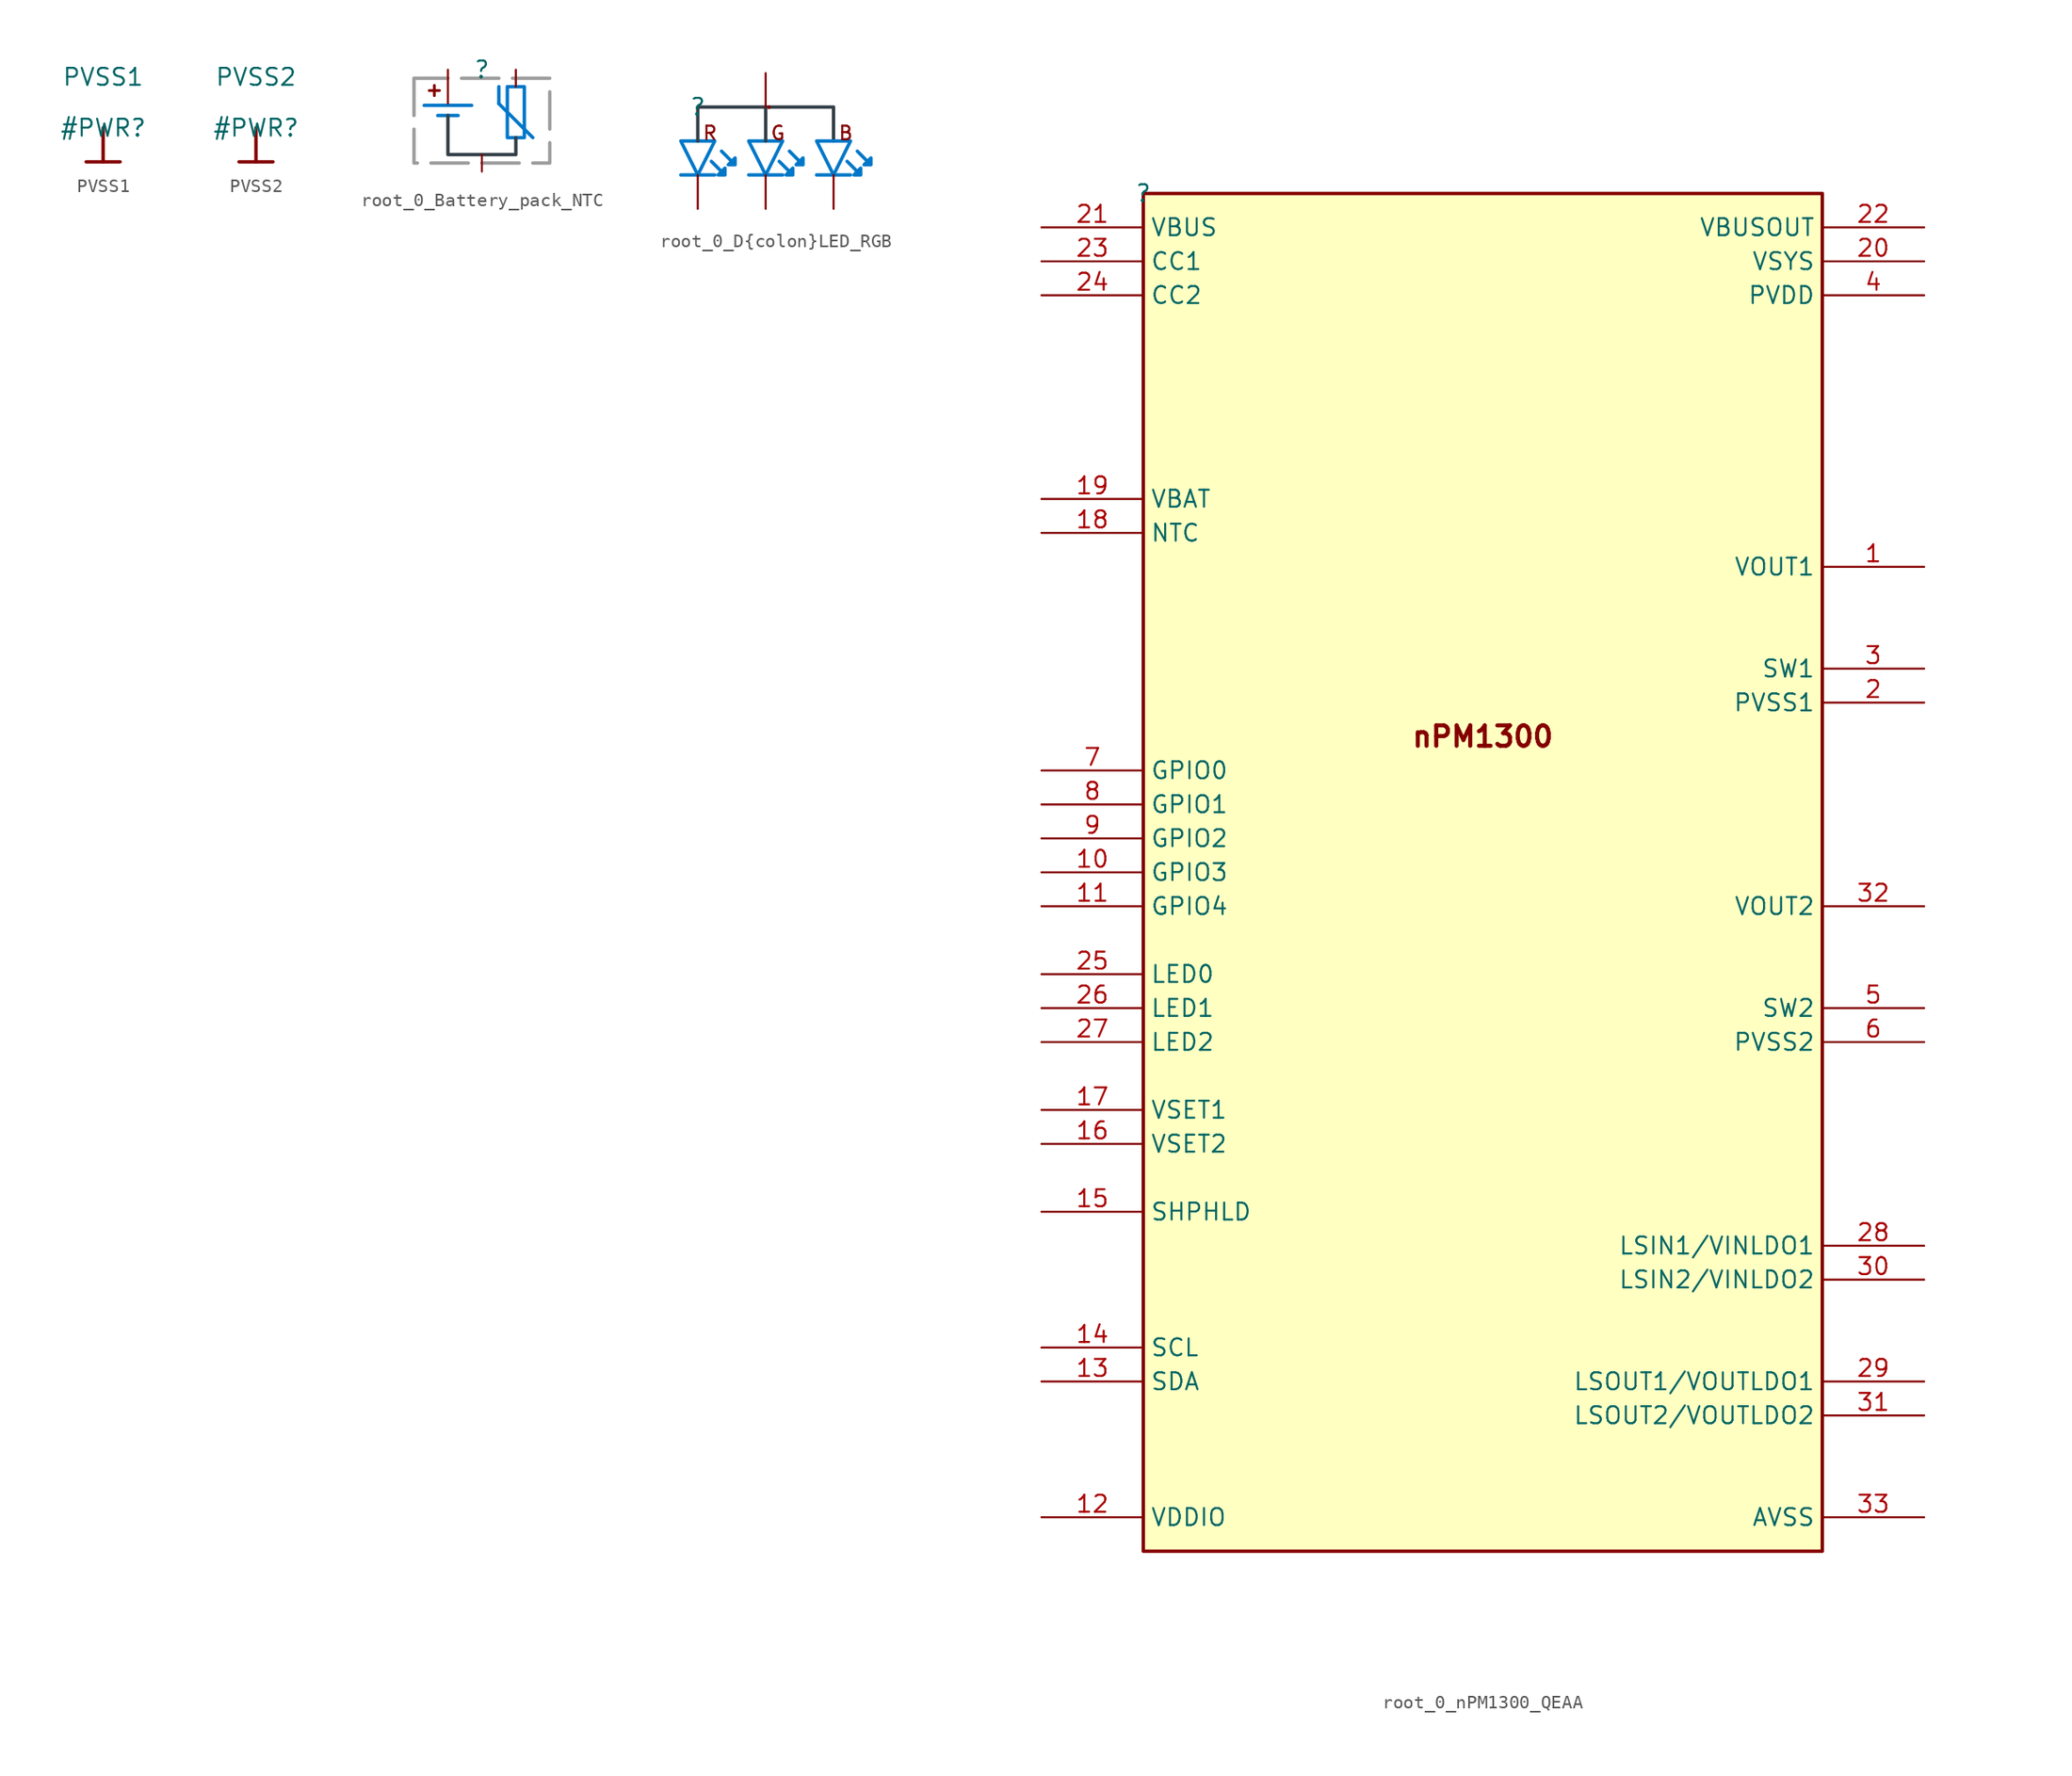
<source format=kicad_sym>
(kicad_symbol_lib
  (version 20220914)
  (generator kicad_symbol_editor)
  (symbol "PVSS1"
    (power)
    (property "Reference" "#PWR"
      (at 0 0 0)
      (effects (font (size 1.27 1.27))))
    (property "Value" "PVSS1"
      (at 0 3.81 0)
      (effects (font (size 1.27 1.27))))
    (symbol "PVSS1_0_0"
      (polyline (pts (xy -1.27 -2.54) (xy 1.27 -2.54)) (stroke (width 0.254) (type solid)) (fill (type none)))
      (polyline (pts (xy 0 0) (xy 0 -2.54)) (stroke (width 0.254) (type solid)) (fill (type none)))
      (pin power_in line (at 0 0 0) (length 0) hide (name "PVSS1" (effects (font (size 1.27 1.27)))) (number "" (effects (font (size 1.27 1.27)))))))
  (symbol "PVSS2"
    (power)
    (property "Reference" "#PWR"
      (at 0 0 0)
      (effects (font (size 1.27 1.27))))
    (property "Value" "PVSS2"
      (at 0 3.81 0)
      (effects (font (size 1.27 1.27))))
    (symbol "PVSS2_0_0"
      (polyline (pts (xy -1.27 -2.54) (xy 1.27 -2.54)) (stroke (width 0.254) (type solid)) (fill (type none)))
      (polyline (pts (xy 0 0) (xy 0 -2.54)) (stroke (width 0.254) (type solid)) (fill (type none)))
      (pin power_in line (at 0 0 0) (length 0) hide (name "PVSS2" (effects (font (size 1.27 1.27)))) (number "" (effects (font (size 1.27 1.27)))))))
  (symbol "root_0_Battery_pack_NTC"
    (property "Reference" ""
      (at 0 0 0)
      (effects (font (size 1.27 1.27))))
    (property "Value" ""
      (at 0 0 0)
      (effects (font (size 1.27 1.27))))
    (symbol "root_0_Battery_pack_NTC_1_0"
      (polyline (pts (xy -4.318 -2.667) (xy -0.762 -2.667)) (stroke (width 0.254) (type solid) (color 0 119 200 1)) (fill (type none)))
      (polyline (pts (xy -3.302 -3.429) (xy -1.778 -3.429)) (stroke (width 0.254) (type solid) (color 0 119 200 1)) (fill (type none)))
      (polyline (pts (xy 1.27 -2.54) (xy 3.81 -5.08)) (stroke (width 0.254) (type solid) (color 0 119 200 1)) (fill (type none)))
      (polyline (pts (xy 1.27 -1.27) (xy 1.27 -2.54)) (stroke (width 0.254) (type solid) (color 0 119 200 1)) (fill (type none)))
      (polyline (pts (xy 2.54 -5.08) (xy 2.54 -6.35) (xy -2.54 -6.35) (xy -2.54 -3.429)) (stroke (width 0.254) (type solid) (color 51 63 72 1)) (fill (type none)))
      (polyline (pts (xy -5.08 -0.635) (xy -5.08 -6.985) (xy 5.08 -6.985) (xy 5.08 -0.635) (xy -5.08 -0.635)) (stroke (width 0.254) (type dash) (color 156 156 156 1)) (fill (type none)))
      (polyline (pts (xy 1.905 -5.08) (xy 1.905 -1.27) (xy 3.175 -1.27) (xy 3.175 -5.08) (xy 1.905 -5.08)) (stroke (width 0.254) (type solid) (color 0 119 200 1)) (fill (type none)))
      (text "+" (at -2.794 -0.889 0) (effects (font (size 1.016 1.016) bold) (justify right top)))
      (pin passive line (at 0 -7.62 90) (length 1.27) (name "GND" (effects (font (size 0 0)))) (number "1" (effects (font (size 0 0)))))
      (pin passive line (at 2.54 0 270) (length 1.27) (name "NTC" (effects (font (size 0 0)))) (number "2" (effects (font (size 0 0)))))
      (pin passive line (at -2.54 0 270) (length 2.54) (name "V+" (effects (font (size 0 0)))) (number "3" (effects (font (size 0 0)))))))
  (symbol "root_0_D{colon}LED_RGB"
    (property "Reference" ""
      (at 0 0 0)
      (effects (font (size 1.27 1.27))))
    (property "Value" ""
      (at 0 0 0)
      (effects (font (size 1.27 1.27))))
    (symbol "root_0_D{colon}LED_RGB_1_0"
      (polyline (pts (xy -1.27 -5.08) (xy 0 -5.08)) (stroke (width 0.254) (type solid) (color 0 119 200 1)) (fill (type none)))
      (polyline (pts (xy 0 -5.08) (xy 1.27 -5.08)) (stroke (width 0.254) (type solid) (color 0 119 200 1)) (fill (type none)))
      (polyline (pts (xy 3.81 -5.08) (xy 5.08 -5.08)) (stroke (width 0.254) (type solid) (color 0 119 200 1)) (fill (type none)))
      (polyline (pts (xy 5.08 -5.08) (xy 6.35 -5.08)) (stroke (width 0.254) (type solid) (color 0 119 200 1)) (fill (type none)))
      (polyline (pts (xy 5.08 -2.54) (xy 5.08 0)) (stroke (width 0.254) (type solid) (color 51 63 72 1)) (fill (type none)))
      (polyline (pts (xy 8.89 -5.08) (xy 10.16 -5.08)) (stroke (width 0.254) (type solid) (color 0 119 200 1)) (fill (type none)))
      (polyline (pts (xy 10.16 -5.08) (xy 11.43 -5.08)) (stroke (width 0.254) (type solid) (color 0 119 200 1)) (fill (type none)))
      (polyline (pts (xy -1.27 -2.54) (xy 0 -5.08) (xy 1.27 -2.54) (xy -1.27 -2.54)) (stroke (width 0.254) (type solid) (color 0 119 200 1)) (fill (type none)))
      (polyline (pts (xy 0 -2.54) (xy 0 0) (xy 10.16 0) (xy 10.16 -2.54)) (stroke (width 0.254) (type solid) (color 51 63 72 1)) (fill (type none)))
      (polyline (pts (xy 3.81 -2.54) (xy 5.08 -5.08) (xy 6.35 -2.54) (xy 3.81 -2.54)) (stroke (width 0.254) (type solid) (color 0 119 200 1)) (fill (type none)))
      (polyline (pts (xy 8.89 -2.54) (xy 10.16 -5.08) (xy 11.43 -2.54) (xy 8.89 -2.54)) (stroke (width 0.254) (type solid) (color 0 119 200 1)) (fill (type none)))
      (polyline (pts (xy 1.016 -4.064) (xy 2.032 -5.08) (xy 2.032 -4.572) (xy 1.524 -5.08) (xy 2.032 -5.08)) (stroke (width 0.254) (type solid) (color 0 119 200 1)) (fill (type none)))
      (polyline (pts (xy 1.778 -3.302) (xy 2.794 -4.318) (xy 2.794 -3.81) (xy 2.286 -4.318) (xy 2.794 -4.318)) (stroke (width 0.254) (type solid) (color 0 119 200 1)) (fill (type none)))
      (polyline (pts (xy 6.096 -4.064) (xy 7.112 -5.08) (xy 7.112 -4.572) (xy 6.604 -5.08) (xy 7.112 -5.08)) (stroke (width 0.254) (type solid) (color 0 119 200 1)) (fill (type none)))
      (polyline (pts (xy 6.858 -3.302) (xy 7.874 -4.318) (xy 7.874 -3.81) (xy 7.366 -4.318) (xy 7.874 -4.318)) (stroke (width 0.254) (type solid) (color 0 119 200 1)) (fill (type none)))
      (polyline (pts (xy 11.176 -4.064) (xy 12.192 -5.08) (xy 12.192 -4.572) (xy 11.684 -5.08) (xy 12.192 -5.08)) (stroke (width 0.254) (type solid) (color 0 119 200 1)) (fill (type none)))
      (polyline (pts (xy 11.938 -3.302) (xy 12.954 -4.318) (xy 12.954 -3.81) (xy 12.446 -4.318) (xy 12.954 -4.318)) (stroke (width 0.254) (type solid) (color 0 119 200 1)) (fill (type none)))
      (arc (start 5.334 0) (mid 4.8262 0.0099) (end 5.3332 -0.0198) (stroke (width 0.254) (type solid)) (fill (type none)))
      (text "B" (at 11.684 -2.54 0) (effects (font (size 1.016 1.016)) (justify right bottom)))
      (text "G" (at 6.604 -2.54 0) (effects (font (size 1.016 1.016)) (justify right bottom)))
      (text "R" (at 1.524 -2.54 0) (effects (font (size 1.016 1.016)) (justify right bottom)))
      (pin passive line (at 0 -7.62 90) (length 2.54) (name "C_RED" (effects (font (size 0 0)))) (number "1" (effects (font (size 0 0)))))
      (pin passive line (at 5.08 -7.62 90) (length 2.54) (name "C_GREEN" (effects (font (size 0 0)))) (number "2" (effects (font (size 0 0)))))
      (pin passive line (at 10.16 -7.62 90) (length 2.54) (name "C_BLUE" (effects (font (size 0 0)))) (number "3" (effects (font (size 0 0)))))
      (pin passive line (at 5.08 2.54 270) (length 2.54) (name "A" (effects (font (size 0 0)))) (number "4" (effects (font (size 0 0)))))))
  (symbol "root_0_nPM1300_QEAA"
    (property "Reference" ""
      (at 0 0 0)
      (effects (font (size 1.27 1.27))))
    (property "Value" ""
      (at 0 0 0)
      (effects (font (size 1.27 1.27))))
    (symbol "root_0_nPM1300_QEAA_1_0"
      (rectangle (start 50.8 0) (end 0 -101.6) (stroke (width 0.254) (type solid)) (fill (type background)))
      (text "nPM1300" (at 25.4 -40.64 0) (effects (font (size 1.524 1.524) bold)))
      (pin power_in line (at 58.42 -27.94 180) (length 7.62) (name "VOUT1" (effects (font (size 1.27 1.27)))) (number "1" (effects (font (size 1.27 1.27)))))
      (pin bidirectional line (at -7.62 -50.8 0) (length 7.62) (name "GPIO3" (effects (font (size 1.27 1.27)))) (number "10" (effects (font (size 1.27 1.27)))))
      (pin bidirectional line (at -7.62 -53.34 0) (length 7.62) (name "GPIO4" (effects (font (size 1.27 1.27)))) (number "11" (effects (font (size 1.27 1.27)))))
      (pin power_in line (at -7.62 -99.06 0) (length 7.62) (name "VDDIO" (effects (font (size 1.27 1.27)))) (number "12" (effects (font (size 1.27 1.27)))))
      (pin open_collector line (at -7.62 -88.9 0) (length 7.62) (name "SDA" (effects (font (size 1.27 1.27)))) (number "13" (effects (font (size 1.27 1.27)))))
      (pin input line (at -7.62 -86.36 0) (length 7.62) (name "SCL" (effects (font (size 1.27 1.27)))) (number "14" (effects (font (size 1.27 1.27)))))
      (pin input line (at -7.62 -76.2 0) (length 7.62) (name "SHPHLD" (effects (font (size 1.27 1.27)))) (number "15" (effects (font (size 1.27 1.27)))))
      (pin input line (at -7.62 -71.12 0) (length 7.62) (name "VSET2" (effects (font (size 1.27 1.27)))) (number "16" (effects (font (size 1.27 1.27)))))
      (pin input line (at -7.62 -68.58 0) (length 7.62) (name "VSET1" (effects (font (size 1.27 1.27)))) (number "17" (effects (font (size 1.27 1.27)))))
      (pin input line (at -7.62 -25.4 0) (length 7.62) (name "NTC" (effects (font (size 1.27 1.27)))) (number "18" (effects (font (size 1.27 1.27)))))
      (pin passive line (at -7.62 -22.86 0) (length 7.62) (name "VBAT" (effects (font (size 1.27 1.27)))) (number "19" (effects (font (size 1.27 1.27)))))
      (pin power_in line (at 58.42 -38.1 180) (length 7.62) (name "PVSS1" (effects (font (size 1.27 1.27)))) (number "2" (effects (font (size 1.27 1.27)))))
      (pin power_in line (at 58.42 -5.08 180) (length 7.62) (name "VSYS" (effects (font (size 1.27 1.27)))) (number "20" (effects (font (size 1.27 1.27)))))
      (pin power_in line (at -7.62 -2.54 0) (length 7.62) (name "VBUS" (effects (font (size 1.27 1.27)))) (number "21" (effects (font (size 1.27 1.27)))))
      (pin power_in line (at 58.42 -2.54 180) (length 7.62) (name "VBUSOUT" (effects (font (size 1.27 1.27)))) (number "22" (effects (font (size 1.27 1.27)))))
      (pin bidirectional line (at -7.62 -5.08 0) (length 7.62) (name "CC1" (effects (font (size 1.27 1.27)))) (number "23" (effects (font (size 1.27 1.27)))))
      (pin bidirectional line (at -7.62 -7.62 0) (length 7.62) (name "CC2" (effects (font (size 1.27 1.27)))) (number "24" (effects (font (size 1.27 1.27)))))
      (pin output line (at -7.62 -58.42 0) (length 7.62) (name "LED0" (effects (font (size 1.27 1.27)))) (number "25" (effects (font (size 1.27 1.27)))))
      (pin output line (at -7.62 -60.96 0) (length 7.62) (name "LED1" (effects (font (size 1.27 1.27)))) (number "26" (effects (font (size 1.27 1.27)))))
      (pin output line (at -7.62 -63.5 0) (length 7.62) (name "LED2" (effects (font (size 1.27 1.27)))) (number "27" (effects (font (size 1.27 1.27)))))
      (pin power_in line (at 58.42 -78.74 180) (length 7.62) (name "LSIN1/VINLDO1" (effects (font (size 1.27 1.27)))) (number "28" (effects (font (size 1.27 1.27)))))
      (pin power_in line (at 58.42 -88.9 180) (length 7.62) (name "LSOUT1/VOUTLDO1" (effects (font (size 1.27 1.27)))) (number "29" (effects (font (size 1.27 1.27)))))
      (pin power_in line (at 58.42 -35.56 180) (length 7.62) (name "SW1" (effects (font (size 1.27 1.27)))) (number "3" (effects (font (size 1.27 1.27)))))
      (pin power_in line (at 58.42 -81.28 180) (length 7.62) (name "LSIN2/VINLDO2" (effects (font (size 1.27 1.27)))) (number "30" (effects (font (size 1.27 1.27)))))
      (pin power_in line (at 58.42 -91.44 180) (length 7.62) (name "LSOUT2/VOUTLDO2" (effects (font (size 1.27 1.27)))) (number "31" (effects (font (size 1.27 1.27)))))
      (pin power_in line (at 58.42 -53.34 180) (length 7.62) (name "VOUT2" (effects (font (size 1.27 1.27)))) (number "32" (effects (font (size 1.27 1.27)))))
      (pin power_in line (at 58.42 -99.06 180) (length 7.62) (name "AVSS" (effects (font (size 1.27 1.27)))) (number "33" (effects (font (size 1.27 1.27)))))
      (pin power_in line (at 58.42 -7.62 180) (length 7.62) (name "PVDD" (effects (font (size 1.27 1.27)))) (number "4" (effects (font (size 1.27 1.27)))))
      (pin power_in line (at 58.42 -60.96 180) (length 7.62) (name "SW2" (effects (font (size 1.27 1.27)))) (number "5" (effects (font (size 1.27 1.27)))))
      (pin power_in line (at 58.42 -63.5 180) (length 7.62) (name "PVSS2" (effects (font (size 1.27 1.27)))) (number "6" (effects (font (size 1.27 1.27)))))
      (pin bidirectional line (at -7.62 -43.18 0) (length 7.62) (name "GPIO0" (effects (font (size 1.27 1.27)))) (number "7" (effects (font (size 1.27 1.27)))))
      (pin bidirectional line (at -7.62 -45.72 0) (length 7.62) (name "GPIO1" (effects (font (size 1.27 1.27)))) (number "8" (effects (font (size 1.27 1.27)))))
      (pin bidirectional line (at -7.62 -48.26 0) (length 7.62) (name "GPIO2" (effects (font (size 1.27 1.27)))) (number "9" (effects (font (size 1.27 1.27))))))))
</source>
